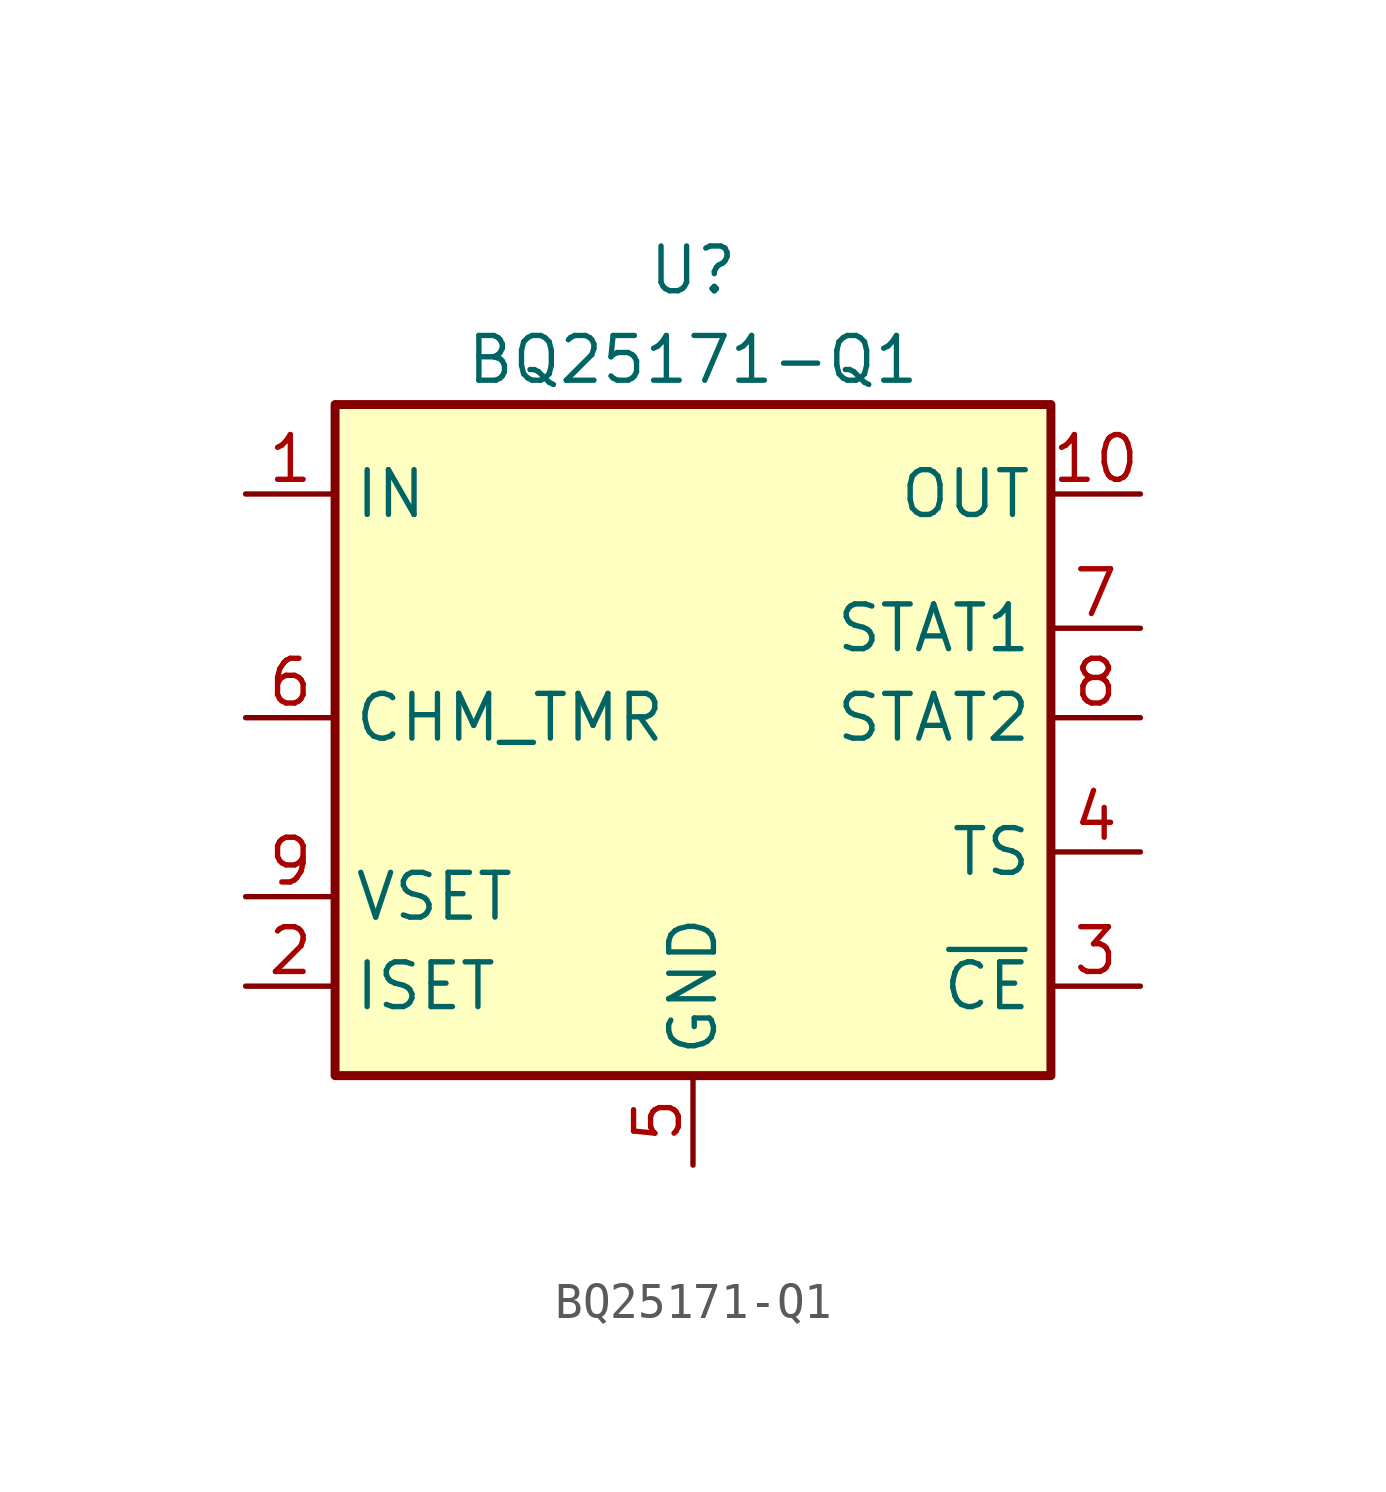
<source format=kicad_sym>
(kicad_symbol_lib
  (version 20241209)
  (generator "kicad_symbol_editor")
  (generator_version "9.0")
  (symbol "BQ25171-Q1"
    (property "Reference" "U"
      (at 0 12.7 0)
      (effects (font (size 1.27 1.27))))
    (property "Value" "BQ25171-Q1"
      (at 0 10.16 0)
      (effects (font (size 1.27 1.27))))
    (symbol "BQ25171-Q1_1_1"
      (rectangle (start -10.16 8.89) (end 10.16 -10.16) (stroke (width 0.254) (type default)) (fill (type background)))
      (pin power_in line (at -12.7 6.35 0) (length 2.54) (name "IN" (effects (font (size 1.27 1.27)))) (number "1" (effects (font (size 1.27 1.27)))))
      (pin power_in line (at -12.7 0 0) (length 2.54) (name "CHM_TMR" (effects (font (size 1.27 1.27)))) (number "6" (effects (font (size 1.27 1.27)))))
      (pin input line (at -12.7 -5.08 0) (length 2.54) (name "VSET" (effects (font (size 1.27 1.27)))) (number "9" (effects (font (size 1.27 1.27)))))
      (pin input line (at -12.7 -7.62 0) (length 2.54) (name "ISET" (effects (font (size 1.27 1.27)))) (number "2" (effects (font (size 1.27 1.27)))))
      (pin passive line (at 0 -12.7 90) (length 2.54) (hide yes) (name "GND" (effects (font (size 1.27 1.27)))) (number "11" (effects (font (size 1.27 1.27)))))
      (pin power_in line (at 0 -12.7 90) (length 2.54) (name "GND" (effects (font (size 1.27 1.27)))) (number "5" (effects (font (size 1.27 1.27)))))
      (pin power_in line (at 12.7 6.35 180) (length 2.54) (name "OUT" (effects (font (size 1.27 1.27)))) (number "10" (effects (font (size 1.27 1.27)))))
      (pin open_collector line (at 12.7 2.54 180) (length 2.54) (name "STAT1" (effects (font (size 1.27 1.27)))) (number "7" (effects (font (size 1.27 1.27)))))
      (pin open_collector line (at 12.7 0 180) (length 2.54) (name "STAT2" (effects (font (size 1.27 1.27)))) (number "8" (effects (font (size 1.27 1.27)))))
      (pin open_collector line (at 12.7 -3.81 180) (length 2.54) (name "TS" (effects (font (size 1.27 1.27)))) (number "4" (effects (font (size 1.27 1.27)))))
      (pin input line (at 12.7 -7.62 180) (length 2.54) (name "~{CE}" (effects (font (size 1.27 1.27)))) (number "3" (effects (font (size 1.27 1.27))))))))
</source>
